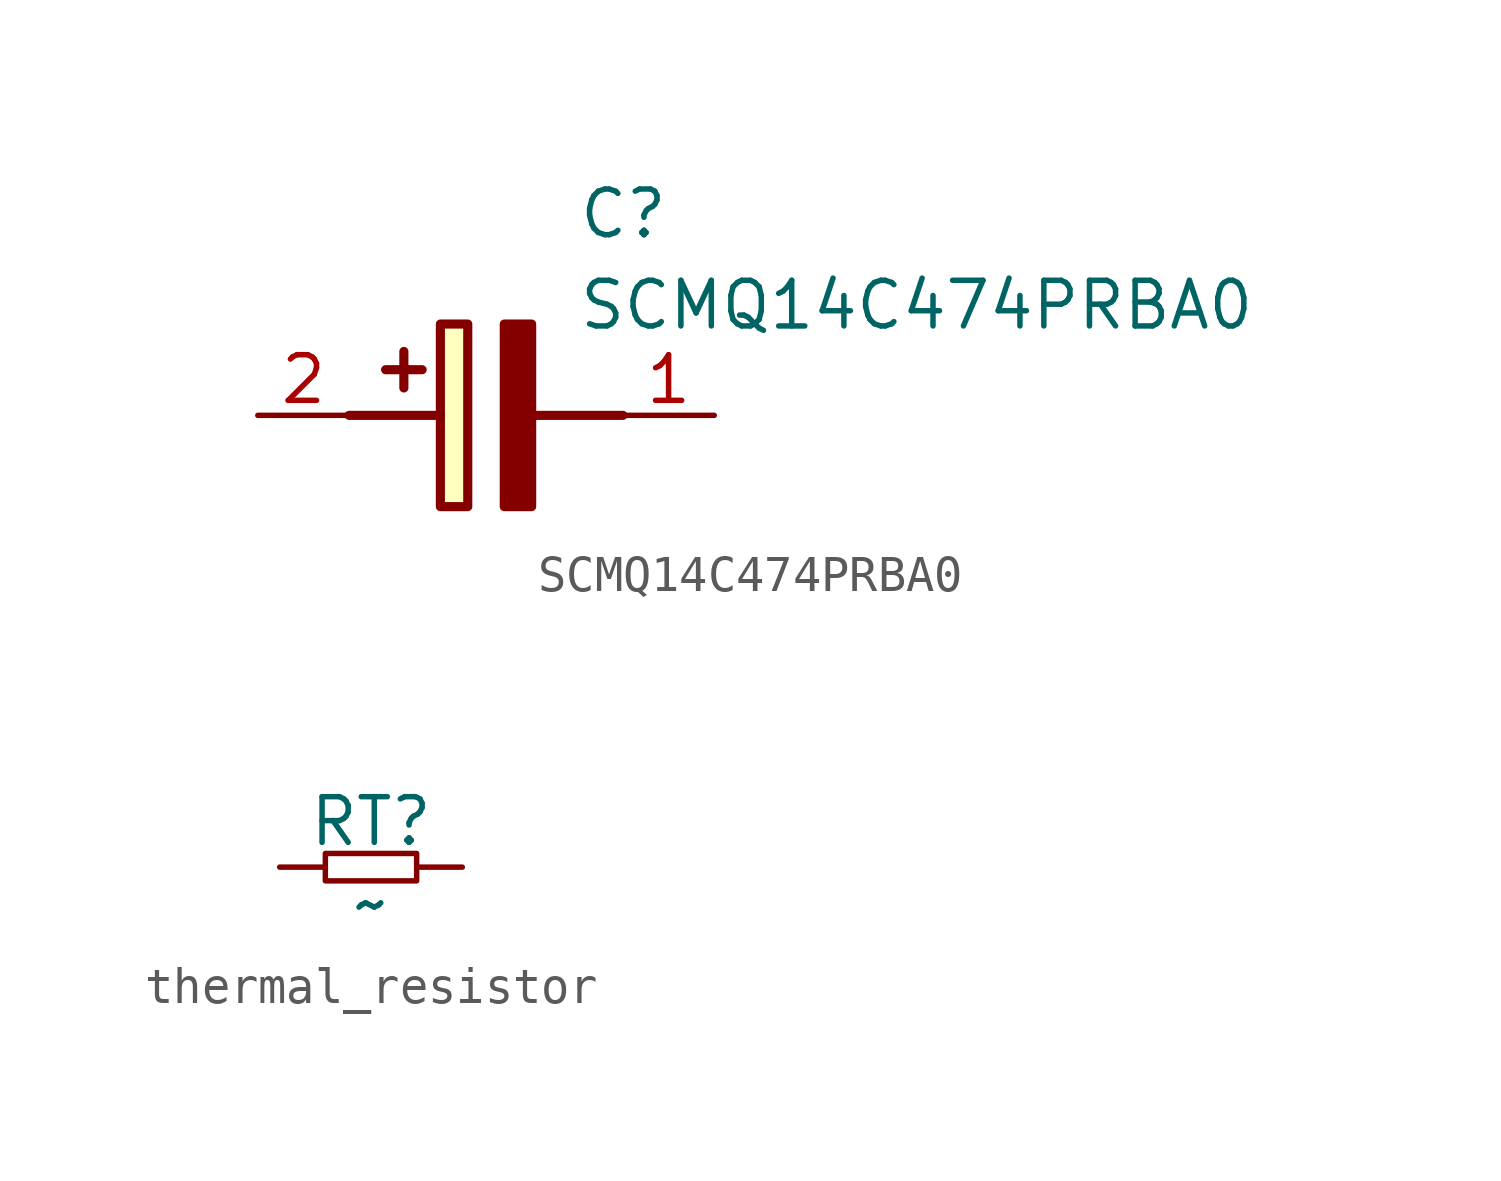
<source format=kicad_sym>
(kicad_symbol_lib
  (version 20231120)
  (generator "kicad_symbol_editor")
  (generator_version "8.0")
  (symbol "SCMQ14C474PRBA0"
    (pin_names hide)
    (property "Reference" "C"
      (at 8.89 6.35 0)
      (effects (font (size 1.27 1.27)) (justify left top)))
    (property "Value" "SCMQ14C474PRBA0"
      (at 8.89 3.81 0)
      (effects (font (size 1.27 1.27)) (justify left top)))
    (symbol "SCMQ14C474PRBA0_1_1"
      (polyline (pts (xy 2.54 0) (xy 5.08 0)) (stroke (width 0.254) (type default)) (fill (type none)))
      (polyline (pts (xy 4.064 1.778) (xy 4.064 0.762)) (stroke (width 0.254) (type default)) (fill (type none)))
      (polyline (pts (xy 4.572 1.27) (xy 3.556 1.27)) (stroke (width 0.254) (type default)) (fill (type none)))
      (polyline (pts (xy 7.62 0) (xy 10.16 0)) (stroke (width 0.254) (type default)) (fill (type none)))
      (polyline (pts (xy 7.62 2.54) (xy 7.62 -2.54) (xy 6.858 -2.54) (xy 6.858 2.54) (xy 7.62 2.54)) (stroke (width 0.254) (type default)) (fill (type outline)))
      (rectangle (start 5.08 2.54) (end 5.842 -2.54) (stroke (width 0.254) (type default)) (fill (type background)))
      (pin passive line (at 12.7 0 180) (length 2.54) (name "-" (effects (font (size 1.27 1.27)))) (number "1" (effects (font (size 1.27 1.27)))))
      (pin passive line (at 0 0 0) (length 2.54) (name "+" (effects (font (size 1.27 1.27)))) (number "2" (effects (font (size 1.27 1.27)))))))
  (symbol "thermal_resistor"
    (pin_numbers hide)
    (pin_names
      (offset 0) hide)
    (property "Reference" "RT"
      (at 0 1.27 0)
      (effects (font (size 1.27 1.27))))
    (property "Value" "~"
      (at 0 -1.016 0)
      (effects (font (size 1.27 1.27))))
    (property "ki_locked" ""
      (at 0 0 0)
      (effects (font (size 1.27 1.27))))
    (symbol "thermal_resistor_0_1"
      (rectangle (start -1.27 0.381) (end 1.27 -0.381) (stroke (width 0) (type default)) (fill (type none))))
    (symbol "thermal_resistor_1_1"
      (pin passive line (at 2.54 0 180) (length 1.27) (name "1" (effects (font (size 1.27 1.27)))) (number "1" (effects (font (size 1.27 1.27)))))
      (pin passive line (at -2.54 0 0) (length 1.27) (name "2" (effects (font (size 1.27 1.27)))) (number "2" (effects (font (size 1.27 1.27))))))))
</source>
